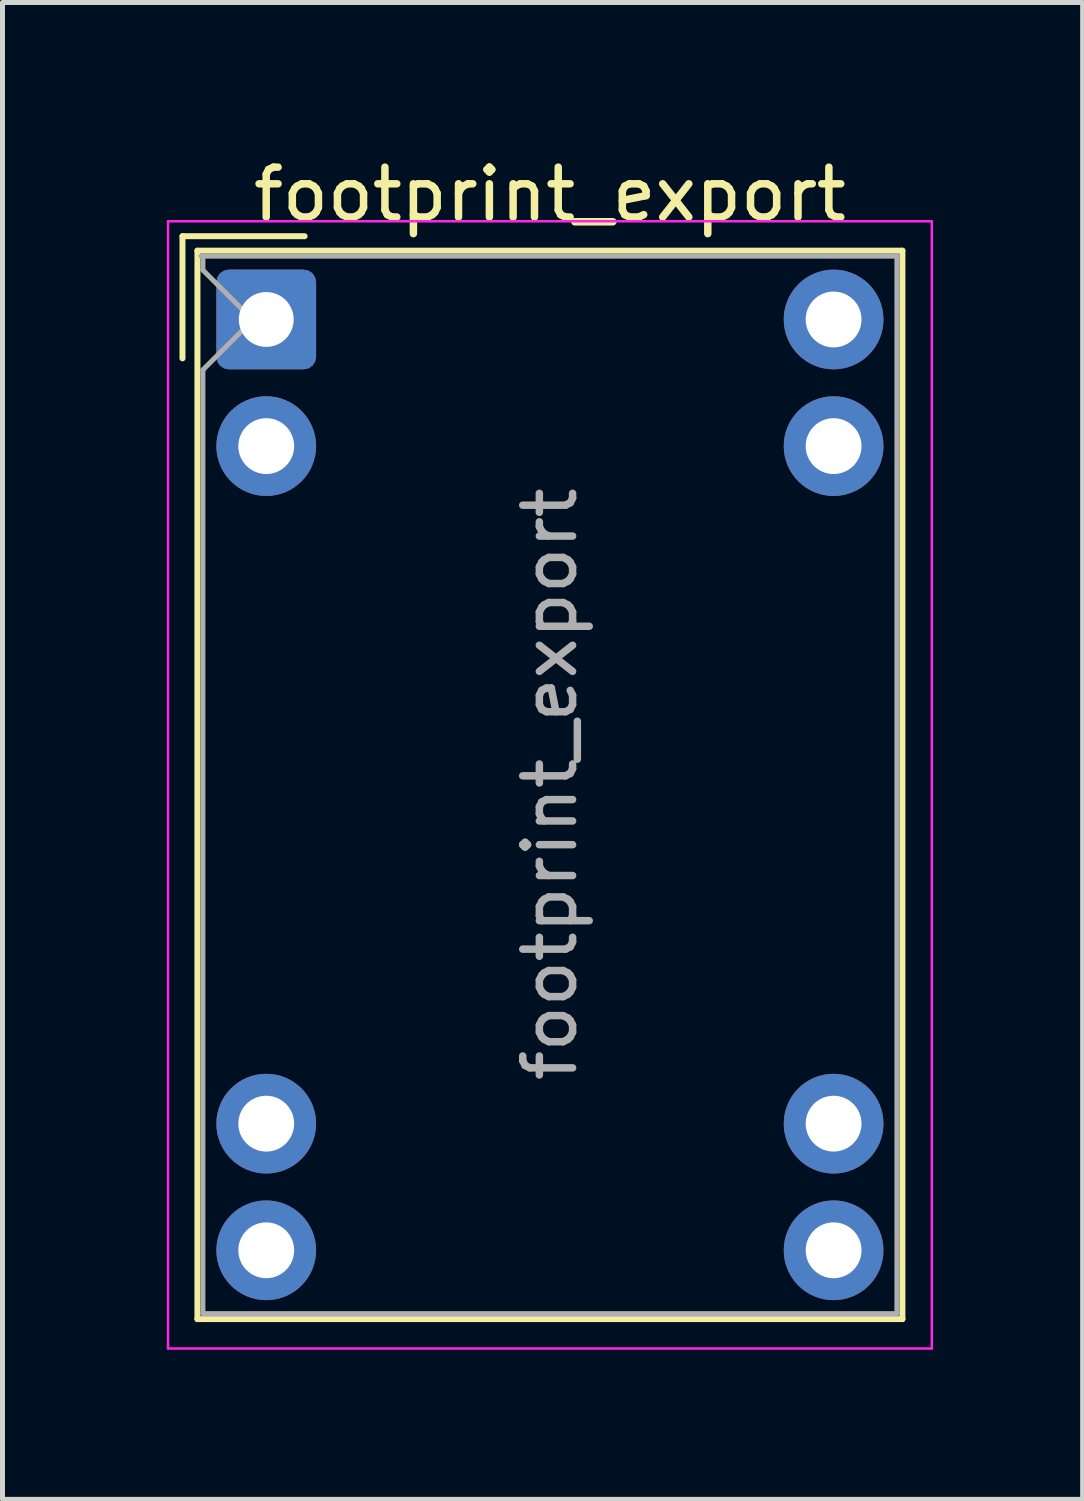
<source format=kicad_pcb>
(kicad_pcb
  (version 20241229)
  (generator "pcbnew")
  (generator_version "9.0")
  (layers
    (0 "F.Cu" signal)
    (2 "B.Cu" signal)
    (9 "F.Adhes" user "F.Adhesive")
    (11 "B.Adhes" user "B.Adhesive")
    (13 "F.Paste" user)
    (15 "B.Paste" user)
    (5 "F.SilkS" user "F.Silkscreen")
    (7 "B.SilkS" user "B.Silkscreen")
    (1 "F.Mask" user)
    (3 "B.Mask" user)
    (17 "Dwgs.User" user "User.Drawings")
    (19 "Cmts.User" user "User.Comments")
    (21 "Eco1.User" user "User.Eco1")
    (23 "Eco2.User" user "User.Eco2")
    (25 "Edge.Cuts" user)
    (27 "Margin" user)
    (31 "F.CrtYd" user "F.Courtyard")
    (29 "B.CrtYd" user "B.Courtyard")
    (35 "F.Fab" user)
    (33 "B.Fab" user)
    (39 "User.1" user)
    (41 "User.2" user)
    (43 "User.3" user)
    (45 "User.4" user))
  (footprint "footprint_export"
    (layer "F.Cu")
    (at 2.29 3.358)
    (property "Reference" "footprint_export" (at 5.69 -2.51 0) (layer "F.SilkS") (effects (font (size 1 1) (thickness 0.15))))
    (attr through_hole)
    (fp_line (start -1.68 -1.67) (end -1.68 0.78) (stroke (width 0.12) (type default)) (layer "F.SilkS"))
    (fp_line (start -1.38 -1.38) (end -1.38 20.05) (stroke (width 0.12) (type solid)) (layer "F.SilkS"))
    (fp_line (start -1.38 -1.38) (end 12.76 -1.38) (stroke (width 0.12) (type solid)) (layer "F.SilkS"))
    (fp_line (start -1.38 20.05) (end 12.76 20.05) (stroke (width 0.12) (type solid)) (layer "F.SilkS"))
    (fp_line (start 0.77 -1.67) (end -1.68 -1.67) (stroke (width 0.12) (type default)) (layer "F.SilkS"))
    (fp_line (start 12.76 -1.38) (end 12.76 20.05) (stroke (width 0.12) (type solid)) (layer "F.SilkS"))
    (fp_line (start -1.97 -1.97) (end -1.97 20.64) (stroke (width 0.05) (type solid)) (layer "F.CrtYd"))
    (fp_line (start -1.97 -1.97) (end 13.35 -1.97) (stroke (width 0.05) (type solid)) (layer "F.CrtYd"))
    (fp_line (start -1.97 20.64) (end 13.35 20.64) (stroke (width 0.05) (type solid)) (layer "F.CrtYd"))
    (fp_line (start 13.35 -1.97) (end 13.35 20.64) (stroke (width 0.05) (type solid)) (layer "F.CrtYd"))
    (fp_line (start -1.31 -1.27) (end 12.65 -1.27) (stroke (width 0.1) (type solid)) (layer "F.Fab"))
    (fp_line (start -1.27 -1.27) (end -1.27 -0.99) (stroke (width 0.1) (type solid)) (layer "F.Fab"))
    (fp_line (start -1.27 -0.99) (end -0.27 0.01) (stroke (width 0.1) (type solid)) (layer "F.Fab"))
    (fp_line (start -1.27 1.01) (end -1.27 19.94) (stroke (width 0.1) (type solid)) (layer "F.Fab"))
    (fp_line (start -1.27 19.94) (end 12.65 19.94) (stroke (width 0.1) (type solid)) (layer "F.Fab"))
    (fp_line (start -0.27 0.01) (end -1.27 1.01) (stroke (width 0.1) (type solid)) (layer "F.Fab"))
    (fp_line (start 12.65 -1.27) (end 12.65 19.94) (stroke (width 0.1) (type solid)) (layer "F.Fab"))
    (fp_text user "${REFERENCE}" (at 5.69 9.32 270) (layer "F.Fab") (effects (font (size 1 1) (thickness 0.15))))
    (pad "1" thru_hole roundrect (at 0 0 270) (size 2 2) (drill 1.1) (layers "*.Cu" "*.Mask") (roundrect_rratio 0.125))
    (pad "2" thru_hole circle (at 0 2.54 270) (size 2 2) (drill 1.12) (layers "*.Cu" "*.Mask"))
    (pad "3" thru_hole circle (at 0 16.13 270) (size 2 2) (drill 1.12) (layers "*.Cu" "*.Mask"))
    (pad "4" thru_hole circle (at 0 18.67 270) (size 2 2) (drill 1.12) (layers "*.Cu" "*.Mask"))
    (pad "5" thru_hole circle (at 11.38 18.67 270) (size 2 2) (drill 1.12) (layers "*.Cu" "*.Mask"))
    (pad "6" thru_hole circle (at 11.38 16.13 270) (size 2 2) (drill 1.12) (layers "*.Cu" "*.Mask"))
    (pad "7" thru_hole circle (at 11.38 2.54 270) (size 2 2) (drill 1.12) (layers "*.Cu" "*.Mask"))
    (pad "8" thru_hole circle (at 11.38 0 270) (size 2 2) (drill 1.12) (layers "*.Cu" "*.Mask"))
    (zone (net_name "") (layers "F.Cu" "Dwgs.User") (name "Underside") (hatch edge 0.5) (connect_pads) (min_thickness 0.25) (filled_areas_thickness no) (keepout (tracks not_allowed) (vias not_allowed) (pads not_allowed) (copperpour not_allowed) (footprints allowed)) (placement (enabled no)) (fill) (polygon (pts (xy 6.31 1.378) (xy 6.31 9.908) (xy 3 9.908) (xy 3 15.288) (xy 10.11 15.288) (xy 10.11 23.988) (xy 7.11 23.988) (xy 7.11 18.288) (xy 0 18.288) (xy 0 6.918) (xy 3.31 6.918) (xy 3.31 1.378)))))
  (gr_rect
    (start -3 -3)
    (end 18.665 27.023)
    (stroke (width 0.1) (type default))
    (fill no)
    (layer "Edge.Cuts")))
</source>
